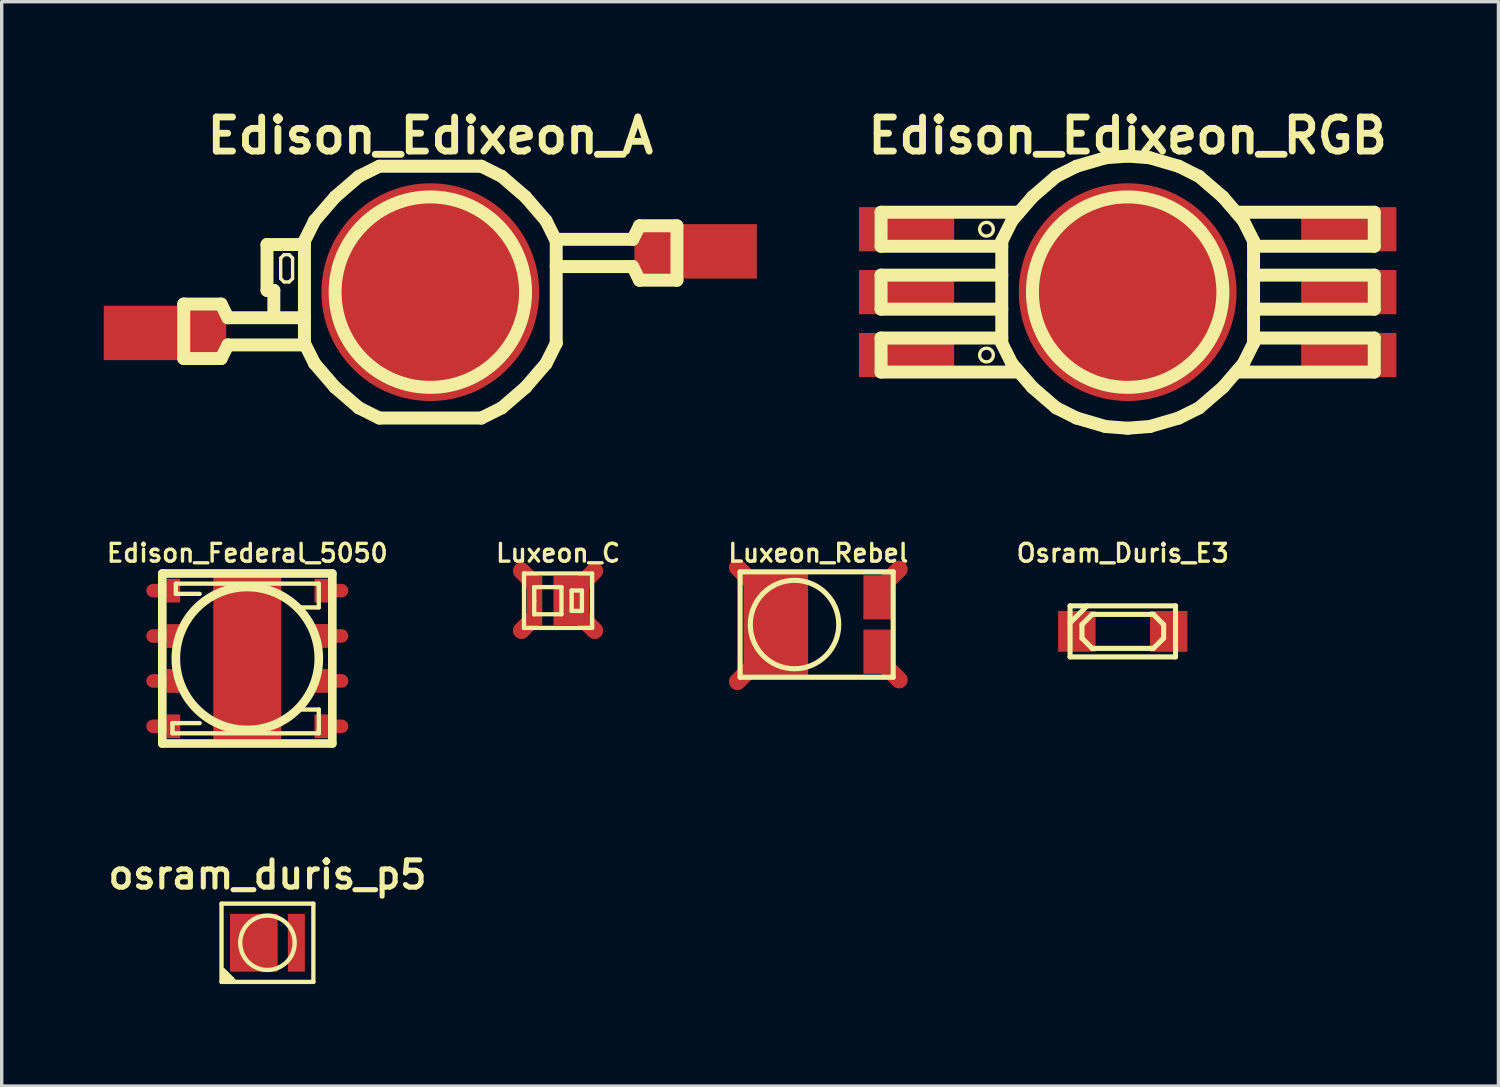
<source format=kicad_pcb>
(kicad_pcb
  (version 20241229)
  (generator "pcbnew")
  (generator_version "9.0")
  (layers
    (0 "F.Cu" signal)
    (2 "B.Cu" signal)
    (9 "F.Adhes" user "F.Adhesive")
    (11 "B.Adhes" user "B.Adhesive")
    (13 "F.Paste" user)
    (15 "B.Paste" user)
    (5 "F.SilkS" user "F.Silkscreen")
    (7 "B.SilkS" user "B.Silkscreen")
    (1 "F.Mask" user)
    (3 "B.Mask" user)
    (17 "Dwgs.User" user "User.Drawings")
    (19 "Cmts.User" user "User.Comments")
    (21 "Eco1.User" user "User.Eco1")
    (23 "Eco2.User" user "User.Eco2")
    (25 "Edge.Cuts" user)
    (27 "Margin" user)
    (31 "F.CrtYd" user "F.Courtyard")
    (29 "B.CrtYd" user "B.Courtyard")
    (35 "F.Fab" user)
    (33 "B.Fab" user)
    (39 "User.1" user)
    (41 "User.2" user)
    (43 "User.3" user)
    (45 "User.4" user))
  (footprint "Luxeon_Rebel"
    (layer "F.Cu")
    (at 20.306 15.309)
    (property "Reference" "Luxeon_Rebel" (at 0.701 -2.101 0) (layer "F.SilkS") (effects (font (size 0.523 0.523) (thickness 0.099))))
    (attr through_hole)
    (fp_line (start -1.6 -1.549) (end -1.6 1.549) (stroke (width 0.15) (type solid)) (layer "F.SilkS"))
    (fp_line (start -1.6 1.549) (end 2.901 1.549) (stroke (width 0.15) (type solid)) (layer "F.SilkS"))
    (fp_line (start 2.901 -1.549) (end -1.6 -1.549) (stroke (width 0.15) (type solid)) (layer "F.SilkS"))
    (fp_line (start 2.901 1.549) (end 2.901 -1.549) (stroke (width 0.15) (type solid)) (layer "F.SilkS"))
    (fp_circle (center 0 0) (end 0 -1.3) (stroke (width 0.15) (type solid)) (fill no) (layer "F.SilkS"))
    (pad "1" smd rect (at 2.474 -0.8) (size 0.899 1.3) (layers "F.Cu" "F.Mask" "F.Paste"))
    (pad "1" smd oval (at 2.901 -1.45 315) (size 0.5 1.001) (layers "F.Cu" "F.Mask"))
    (pad "2" smd rect (at 2.474 0.8) (size 0.899 1.3) (layers "F.Cu" "F.Mask" "F.Paste"))
    (pad "2" smd oval (at 2.901 1.45 45) (size 0.5 1.001) (layers "F.Cu" "F.Mask"))
    (pad "3" smd oval (at -1.501 -1.501 45) (size 0.5 1.001) (layers "F.Cu" "F.Mask"))
    (pad "3" smd oval (at -1.501 1.501 315) (size 0.5 1.001) (layers "F.Cu" "F.Mask"))
    (pad "3" smd rect (at -0.551 0) (size 1.9 3) (layers "F.Cu" "F.Mask" "F.Paste")))
  (footprint "Edison_Edixeon_A"
    (layer "F.Cu")
    (at 9.6 5.538)
    (property "Reference" "Edison_Edixeon_A" (at 0 -4.6 0) (layer "F.SilkS") (effects (font (size 1.001 1.001) (thickness 0.201))))
    (attr through_hole)
    (fp_line (start -7.249 0.351) (end -6.149 0.351) (stroke (width 0.381) (type solid)) (layer "F.SilkS"))
    (fp_line (start -7.249 1.948) (end -7.249 0.348) (stroke (width 0.381) (type solid)) (layer "F.SilkS"))
    (fp_line (start -7.249 1.951) (end -6.149 1.951) (stroke (width 0.381) (type solid)) (layer "F.SilkS"))
    (fp_line (start -5.951 0.752) (end -6.149 0.351) (stroke (width 0.381) (type solid)) (layer "F.SilkS"))
    (fp_line (start -5.951 0.752) (end -3.701 0.752) (stroke (width 0.381) (type solid)) (layer "F.SilkS"))
    (fp_line (start -5.951 1.552) (end -6.149 1.951) (stroke (width 0.381) (type solid)) (layer "F.SilkS"))
    (fp_line (start -5.951 1.552) (end -3.701 1.552) (stroke (width 0.381) (type solid)) (layer "F.SilkS"))
    (fp_line (start -4.801 -1.4) (end -4.801 -0.051) (stroke (width 0.381) (type solid)) (layer "F.SilkS"))
    (fp_line (start -4.801 -0.051) (end -4.6 -0.051) (stroke (width 0.381) (type solid)) (layer "F.SilkS"))
    (fp_line (start -4.6 -0.051) (end -4.6 0.701) (stroke (width 0.381) (type solid)) (layer "F.SilkS"))
    (fp_line (start -4.399 -1.001) (end -4.399 -0.399) (stroke (width 0.099) (type solid)) (layer "F.SilkS"))
    (fp_line (start -4.399 -0.399) (end -4.3 -0.3) (stroke (width 0.099) (type solid)) (layer "F.SilkS"))
    (fp_line (start -4.3 -1.1) (end -4.399 -1.001) (stroke (width 0.099) (type solid)) (layer "F.SilkS"))
    (fp_line (start -4.3 -0.3) (end -4.15 -0.3) (stroke (width 0.099) (type solid)) (layer "F.SilkS"))
    (fp_line (start -4.15 -1.1) (end -4.3 -1.1) (stroke (width 0.099) (type solid)) (layer "F.SilkS"))
    (fp_line (start -4.15 -0.3) (end -4.049 -0.399) (stroke (width 0.099) (type solid)) (layer "F.SilkS"))
    (fp_line (start -4.049 -1.001) (end -4.15 -1.1) (stroke (width 0.099) (type solid)) (layer "F.SilkS"))
    (fp_line (start -4.049 -0.399) (end -4.049 -1.001) (stroke (width 0.099) (type solid)) (layer "F.SilkS"))
    (fp_line (start -3.701 -1.501) (end -3.401 -2.101) (stroke (width 0.381) (type solid)) (layer "F.SilkS"))
    (fp_line (start -3.701 -1.4) (end -4.801 -1.4) (stroke (width 0.381) (type solid)) (layer "F.SilkS"))
    (fp_line (start -3.701 1.501) (end -3.701 -1.501) (stroke (width 0.381) (type solid)) (layer "F.SilkS"))
    (fp_line (start -3.701 1.501) (end -3.401 2.101) (stroke (width 0.381) (type solid)) (layer "F.SilkS"))
    (fp_line (start -3.401 -2.101) (end -2.799 -2.799) (stroke (width 0.381) (type solid)) (layer "F.SilkS"))
    (fp_line (start -2.799 -2.799) (end -2.101 -3.401) (stroke (width 0.381) (type solid)) (layer "F.SilkS"))
    (fp_line (start -2.799 2.799) (end -3.401 2.101) (stroke (width 0.381) (type solid)) (layer "F.SilkS"))
    (fp_line (start -2.101 -3.401) (end -1.501 -3.701) (stroke (width 0.381) (type solid)) (layer "F.SilkS"))
    (fp_line (start -2.101 3.401) (end -2.799 2.799) (stroke (width 0.381) (type solid)) (layer "F.SilkS"))
    (fp_line (start -1.501 -3.701) (end 1.501 -3.701) (stroke (width 0.381) (type solid)) (layer "F.SilkS"))
    (fp_line (start -1.501 3.701) (end -2.101 3.401) (stroke (width 0.381) (type solid)) (layer "F.SilkS"))
    (fp_line (start 1.501 -3.701) (end 2.101 -3.401) (stroke (width 0.381) (type solid)) (layer "F.SilkS"))
    (fp_line (start 1.501 3.701) (end -1.501 3.701) (stroke (width 0.381) (type solid)) (layer "F.SilkS"))
    (fp_line (start 1.501 3.701) (end 2.101 3.401) (stroke (width 0.381) (type solid)) (layer "F.SilkS"))
    (fp_line (start 2.101 -3.401) (end 2.799 -2.799) (stroke (width 0.381) (type solid)) (layer "F.SilkS"))
    (fp_line (start 2.799 -2.799) (end 3.401 -2.101) (stroke (width 0.381) (type solid)) (layer "F.SilkS"))
    (fp_line (start 2.799 2.799) (end 2.101 3.401) (stroke (width 0.381) (type solid)) (layer "F.SilkS"))
    (fp_line (start 3.401 2.101) (end 2.799 2.799) (stroke (width 0.381) (type solid)) (layer "F.SilkS"))
    (fp_line (start 3.701 -1.552) (end 5.951 -1.552) (stroke (width 0.381) (type solid)) (layer "F.SilkS"))
    (fp_line (start 3.701 -1.501) (end 3.401 -2.101) (stroke (width 0.381) (type solid)) (layer "F.SilkS"))
    (fp_line (start 3.701 -1.501) (end 3.701 1.501) (stroke (width 0.381) (type solid)) (layer "F.SilkS"))
    (fp_line (start 3.701 1.501) (end 3.401 2.101) (stroke (width 0.381) (type solid)) (layer "F.SilkS"))
    (fp_line (start 5.951 -0.752) (end 3.701 -0.752) (stroke (width 0.381) (type solid)) (layer "F.SilkS"))
    (fp_line (start 5.951 -0.749) (end 6.149 -0.348) (stroke (width 0.381) (type solid)) (layer "F.SilkS"))
    (fp_line (start 6.149 -1.951) (end 5.951 -1.552) (stroke (width 0.381) (type solid)) (layer "F.SilkS"))
    (fp_line (start 6.149 -0.351) (end 7.249 -0.351) (stroke (width 0.381) (type solid)) (layer "F.SilkS"))
    (fp_line (start 7.249 -1.951) (end 6.149 -1.951) (stroke (width 0.381) (type solid)) (layer "F.SilkS"))
    (fp_line (start 7.249 -0.348) (end 7.249 -1.948) (stroke (width 0.381) (type solid)) (layer "F.SilkS"))
    (fp_circle (center 0 0) (end -2.799 0) (stroke (width 0.381) (type solid)) (fill no) (layer "F.SilkS"))
    (pad "1" smd rect (at -7.8 1.199) (size 3.599 1.6) (layers "F.Cu" "F.Mask" "F.Paste"))
    (pad "2" smd rect (at 7.8 -1.199) (size 3.599 1.6) (layers "F.Cu" "F.Mask" "F.Paste"))
    (pad "3" smd circle (at 0 0) (size 6.401 6.401) (layers "F.Cu" "F.Mask" "F.Paste")))
  (footprint "Osram_Duris_E3"
    (layer "F.Cu")
    (at 29.956 15.51)
    (property "Reference" "Osram_Duris_E3" (at 0 -2.301 0) (layer "F.SilkS") (effects (font (size 0.523 0.523) (thickness 0.099))))
    (attr through_hole)
    (fp_line (start -1.55 -0.75) (end -1.55 0.75) (stroke (width 0.15) (type solid)) (layer "F.SilkS"))
    (fp_line (start -1.55 -0.25) (end -1.05 -0.75) (stroke (width 0.15) (type solid)) (layer "F.SilkS"))
    (fp_line (start -1.55 0.75) (end 1.55 0.75) (stroke (width 0.15) (type solid)) (layer "F.SilkS"))
    (fp_line (start -1.2 -0.2) (end -0.9 -0.5) (stroke (width 0.15) (type solid)) (layer "F.SilkS"))
    (fp_line (start -1.2 0.2) (end -1.2 -0.2) (stroke (width 0.15) (type solid)) (layer "F.SilkS"))
    (fp_line (start -0.9 -0.5) (end 0.9 -0.5) (stroke (width 0.15) (type solid)) (layer "F.SilkS"))
    (fp_line (start -0.9 0.5) (end -1.2 0.2) (stroke (width 0.15) (type solid)) (layer "F.SilkS"))
    (fp_line (start 0.9 -0.5) (end 1.2 -0.2) (stroke (width 0.15) (type solid)) (layer "F.SilkS"))
    (fp_line (start 0.9 0.5) (end -0.9 0.5) (stroke (width 0.15) (type solid)) (layer "F.SilkS"))
    (fp_line (start 1.2 -0.2) (end 1.2 0.2) (stroke (width 0.15) (type solid)) (layer "F.SilkS"))
    (fp_line (start 1.2 0.2) (end 0.9 0.5) (stroke (width 0.15) (type solid)) (layer "F.SilkS"))
    (fp_line (start 1.55 -0.75) (end -1.55 -0.75) (stroke (width 0.15) (type solid)) (layer "F.SilkS"))
    (fp_line (start 1.55 0.75) (end 1.55 -0.75) (stroke (width 0.15) (type solid)) (layer "F.SilkS"))
    (pad "1" smd rect (at 1.35 0) (size 1.1 1.2) (layers "F.Cu" "F.Mask" "F.Paste"))
    (pad "2" smd rect (at -1.35 0) (size 1.1 1.2) (layers "F.Cu" "F.Mask" "F.Paste")))
  (footprint "Edison_Edixeon_RGB"
    (layer "F.Cu")
    (at 30.099 5.538)
    (property "Reference" "Edison_Edixeon_RGB" (at 0 -4.6 0) (layer "F.SilkS") (effects (font (size 1.001 1.001) (thickness 0.201))))
    (attr through_hole)
    (fp_line (start -7.249 -2.349) (end -3.2 -2.349) (stroke (width 0.381) (type solid)) (layer "F.SilkS"))
    (fp_line (start -7.249 -1.349) (end -7.249 -2.349) (stroke (width 0.381) (type solid)) (layer "F.SilkS"))
    (fp_line (start -7.249 -0.5) (end -3.701 -0.5) (stroke (width 0.381) (type solid)) (layer "F.SilkS"))
    (fp_line (start -7.249 0.5) (end -7.249 -0.5) (stroke (width 0.381) (type solid)) (layer "F.SilkS"))
    (fp_line (start -7.249 1.349) (end -7.249 2.349) (stroke (width 0.381) (type solid)) (layer "F.SilkS"))
    (fp_line (start -7.249 2.349) (end -3.2 2.349) (stroke (width 0.381) (type solid)) (layer "F.SilkS"))
    (fp_line (start -3.701 -1.501) (end -3.401 -2.101) (stroke (width 0.381) (type solid)) (layer "F.SilkS"))
    (fp_line (start -3.701 -1.349) (end -7.249 -1.349) (stroke (width 0.381) (type solid)) (layer "F.SilkS"))
    (fp_line (start -3.701 0.5) (end -7.249 0.5) (stroke (width 0.381) (type solid)) (layer "F.SilkS"))
    (fp_line (start -3.701 1.349) (end -7.249 1.349) (stroke (width 0.381) (type solid)) (layer "F.SilkS"))
    (fp_line (start -3.701 1.501) (end -3.701 -1.501) (stroke (width 0.381) (type solid)) (layer "F.SilkS"))
    (fp_line (start -3.701 1.501) (end -3.401 2.101) (stroke (width 0.381) (type solid)) (layer "F.SilkS"))
    (fp_line (start -3.401 -2.101) (end -2.799 -2.799) (stroke (width 0.381) (type solid)) (layer "F.SilkS"))
    (fp_line (start -2.799 -2.799) (end -2.101 -3.401) (stroke (width 0.381) (type solid)) (layer "F.SilkS"))
    (fp_line (start -2.799 2.799) (end -3.401 2.101) (stroke (width 0.381) (type solid)) (layer "F.SilkS"))
    (fp_line (start -2.101 -3.401) (end -1.501 -3.701) (stroke (width 0.381) (type solid)) (layer "F.SilkS"))
    (fp_line (start -2.101 3.401) (end -2.799 2.799) (stroke (width 0.381) (type solid)) (layer "F.SilkS"))
    (fp_line (start -1.501 3.701) (end -2.101 3.401) (stroke (width 0.381) (type solid)) (layer "F.SilkS"))
    (fp_line (start -1.501 3.701) (end -0.65 3.95) (stroke (width 0.381) (type solid)) (layer "F.SilkS"))
    (fp_line (start -0.65 -3.95) (end -1.501 -3.701) (stroke (width 0.381) (type solid)) (layer "F.SilkS"))
    (fp_line (start -0.65 -3.95) (end 0 -4) (stroke (width 0.381) (type solid)) (layer "F.SilkS"))
    (fp_line (start -0.65 3.95) (end 0 4) (stroke (width 0.381) (type solid)) (layer "F.SilkS"))
    (fp_line (start 0 -4) (end 0.65 -3.95) (stroke (width 0.381) (type solid)) (layer "F.SilkS"))
    (fp_line (start 0.65 -3.95) (end 1.501 -3.701) (stroke (width 0.381) (type solid)) (layer "F.SilkS"))
    (fp_line (start 0.65 3.95) (end 0 4) (stroke (width 0.381) (type solid)) (layer "F.SilkS"))
    (fp_line (start 0.65 3.95) (end 1.501 3.701) (stroke (width 0.381) (type solid)) (layer "F.SilkS"))
    (fp_line (start 1.501 -3.701) (end 2.101 -3.401) (stroke (width 0.381) (type solid)) (layer "F.SilkS"))
    (fp_line (start 1.501 3.701) (end 2.101 3.401) (stroke (width 0.381) (type solid)) (layer "F.SilkS"))
    (fp_line (start 2.101 -3.401) (end 2.799 -2.799) (stroke (width 0.381) (type solid)) (layer "F.SilkS"))
    (fp_line (start 2.799 -2.799) (end 3.401 -2.101) (stroke (width 0.381) (type solid)) (layer "F.SilkS"))
    (fp_line (start 2.799 2.799) (end 2.101 3.401) (stroke (width 0.381) (type solid)) (layer "F.SilkS"))
    (fp_line (start 3.2 -2.349) (end 7.249 -2.349) (stroke (width 0.381) (type solid)) (layer "F.SilkS"))
    (fp_line (start 3.401 2.101) (end 2.799 2.799) (stroke (width 0.381) (type solid)) (layer "F.SilkS"))
    (fp_line (start 3.701 -1.501) (end 3.401 -2.101) (stroke (width 0.381) (type solid)) (layer "F.SilkS"))
    (fp_line (start 3.701 -1.501) (end 3.701 1.501) (stroke (width 0.381) (type solid)) (layer "F.SilkS"))
    (fp_line (start 3.701 -0.5) (end 7.249 -0.5) (stroke (width 0.381) (type solid)) (layer "F.SilkS"))
    (fp_line (start 3.701 1.349) (end 7.249 1.349) (stroke (width 0.381) (type solid)) (layer "F.SilkS"))
    (fp_line (start 3.701 1.501) (end 3.401 2.101) (stroke (width 0.381) (type solid)) (layer "F.SilkS"))
    (fp_line (start 7.249 -2.349) (end 7.249 -1.349) (stroke (width 0.381) (type solid)) (layer "F.SilkS"))
    (fp_line (start 7.249 -1.349) (end 3.701 -1.349) (stroke (width 0.381) (type solid)) (layer "F.SilkS"))
    (fp_line (start 7.249 -0.5) (end 7.249 0.5) (stroke (width 0.381) (type solid)) (layer "F.SilkS"))
    (fp_line (start 7.249 0.5) (end 3.701 0.5) (stroke (width 0.381) (type solid)) (layer "F.SilkS"))
    (fp_line (start 7.249 1.349) (end 7.249 2.349) (stroke (width 0.381) (type solid)) (layer "F.SilkS"))
    (fp_line (start 7.249 2.349) (end 3.2 2.349) (stroke (width 0.381) (type solid)) (layer "F.SilkS"))
    (fp_circle (center -4.15 -1.849) (end -4.351 -1.849) (stroke (width 0.099) (type solid)) (fill no) (layer "F.SilkS"))
    (fp_circle (center -4.15 1.849) (end -4.351 1.849) (stroke (width 0.099) (type solid)) (fill no) (layer "F.SilkS"))
    (fp_circle (center 0 0) (end -2.799 0) (stroke (width 0.381) (type solid)) (fill no) (layer "F.SilkS"))
    (pad "1" smd rect (at -6.5 -1.849) (size 2.799 1.3) (layers "F.Cu" "F.Mask" "F.Paste"))
    (pad "2" smd rect (at -6.5 1.849) (size 2.799 1.3) (layers "F.Cu" "F.Mask" "F.Paste"))
    (pad "3" smd rect (at -6.5 0) (size 2.799 1.3) (layers "F.Cu" "F.Mask" "F.Paste"))
    (pad "4" smd rect (at 6.5 0) (size 2.799 1.3) (layers "F.Cu" "F.Mask" "F.Paste"))
    (pad "5" smd rect (at 6.5 1.849) (size 2.799 1.3) (layers "F.Cu" "F.Mask" "F.Paste"))
    (pad "6" smd rect (at 6.5 -1.849) (size 2.799 1.3) (layers "F.Cu" "F.Mask" "F.Paste"))
    (pad "7" smd circle (at 0 0) (size 6.401 6.401) (layers "F.Cu" "F.Mask" "F.Paste")))
  (footprint "osram_duris_p5"
    (layer "F.Cu")
    (at 4.812 24.664)
    (property "Reference" "osram_duris_p5" (at 0 -1.999 0) (layer "F.SilkS") (effects (font (size 0.8 0.8) (thickness 0.15))))
    (attr through_hole)
    (fp_line (start -1.35 -1.15) (end -1.35 1.15) (stroke (width 0.127) (type solid)) (layer "F.SilkS"))
    (fp_line (start -1.35 1.15) (end 1.35 1.15) (stroke (width 0.127) (type solid)) (layer "F.SilkS"))
    (fp_line (start -1.3 0.8) (end -1 1.1) (stroke (width 0.127) (type solid)) (layer "F.SilkS"))
    (fp_line (start -1.3 0.9) (end -1.1 1.1) (stroke (width 0.127) (type solid)) (layer "F.SilkS"))
    (fp_line (start -1.2 1.1) (end -1.3 1) (stroke (width 0.127) (type solid)) (layer "F.SilkS"))
    (fp_line (start 1.35 -1.15) (end -1.35 -1.15) (stroke (width 0.127) (type solid)) (layer "F.SilkS"))
    (fp_line (start 1.35 1.15) (end 1.35 -1.15) (stroke (width 0.127) (type solid)) (layer "F.SilkS"))
    (fp_circle (center 0 0) (end 0.8 0) (stroke (width 0.127) (type solid)) (fill no) (layer "F.SilkS"))
    (pad "" smd rect (at -0.8 0) (size 0.45 1.5) (layers "F.Paste"))
    (pad "" smd rect (at -0.1 0) (size 0.6 1.5) (layers "F.Paste"))
    (pad "1" smd rect (at -0.4 0) (size 1.4 1.7) (layers "F.Cu" "F.Mask"))
    (pad "2" smd rect (at 0.85 0) (size 0.5 1.7) (layers "F.Cu" "F.Mask" "F.Paste")))
  (footprint "Edison_Federal_5050"
    (layer "F.Cu")
    (at 4.22 16.307)
    (property "Reference" "Edison_Federal_5050" (at 0 -3.099 0) (layer "F.SilkS") (effects (font (size 0.523 0.523) (thickness 0.099))))
    (attr smd)
    (fp_line (start -2.499 -2.499) (end -2.499 2.499) (stroke (width 0.254) (type solid)) (layer "F.SilkS"))
    (fp_line (start -2.499 2.499) (end 2.499 2.499) (stroke (width 0.254) (type solid)) (layer "F.SilkS"))
    (fp_line (start -2.2 1.9) (end -1.4 1.9) (stroke (width 0.127) (type solid)) (layer "F.SilkS"))
    (fp_line (start -2.2 2.2) (end -2.2 1.9) (stroke (width 0.127) (type solid)) (layer "F.SilkS"))
    (fp_line (start -2.101 -2.2) (end 2.101 -2.2) (stroke (width 0.127) (type solid)) (layer "F.SilkS"))
    (fp_line (start -2.101 -1.9) (end -2.101 -2.2) (stroke (width 0.127) (type solid)) (layer "F.SilkS"))
    (fp_line (start -1.4 -1.9) (end -2.101 -1.9) (stroke (width 0.127) (type solid)) (layer "F.SilkS"))
    (fp_line (start 1.501 1.501) (end 2.101 1.501) (stroke (width 0.127) (type solid)) (layer "F.SilkS"))
    (fp_line (start 2.101 -2.2) (end 2.101 -1.501) (stroke (width 0.127) (type solid)) (layer "F.SilkS"))
    (fp_line (start 2.101 -1.501) (end 1.4 -1.501) (stroke (width 0.127) (type solid)) (layer "F.SilkS"))
    (fp_line (start 2.101 1.501) (end 2.101 2.101) (stroke (width 0.127) (type solid)) (layer "F.SilkS"))
    (fp_line (start 2.101 2.101) (end 2.101 2.2) (stroke (width 0.127) (type solid)) (layer "F.SilkS"))
    (fp_line (start 2.101 2.2) (end -2.2 2.2) (stroke (width 0.127) (type solid)) (layer "F.SilkS"))
    (fp_line (start 2.499 -2.499) (end -2.499 -2.499) (stroke (width 0.254) (type solid)) (layer "F.SilkS"))
    (fp_line (start 2.499 2.499) (end 2.499 -2.499) (stroke (width 0.254) (type solid)) (layer "F.SilkS"))
    (fp_circle (center 0 0) (end -2.101 0) (stroke (width 0.254) (type solid)) (fill no) (layer "F.SilkS"))
    (pad "1" smd rect (at 2.172 -1.994) (size 0.399 0.699) (layers "F.Cu" "F.Mask" "F.Paste"))
    (pad "1" smd oval (at 2.57 -1.994) (size 0.798 0.399) (layers "F.Cu" "F.Mask"))
    (pad "2" smd rect (at 2.172 -0.663) (size 0.399 0.699) (layers "F.Cu" "F.Mask" "F.Paste"))
    (pad "2" smd oval (at 2.57 -0.663) (size 0.798 0.399) (layers "F.Cu" "F.Mask"))
    (pad "3" smd rect (at 2.172 0.66) (size 0.399 0.699) (layers "F.Cu" "F.Mask" "F.Paste"))
    (pad "3" smd oval (at 2.57 0.66) (size 0.798 0.399) (layers "F.Cu" "F.Mask"))
    (pad "4" smd rect (at 2.172 1.994) (size 0.399 0.699) (layers "F.Cu" "F.Mask" "F.Paste"))
    (pad "4" smd oval (at 2.57 1.994) (size 0.798 0.399) (layers "F.Cu" "F.Mask"))
    (pad "5" smd oval (at -2.57 -1.994) (size 0.798 0.399) (layers "F.Cu" "F.Mask"))
    (pad "5" smd rect (at -2.172 -1.994) (size 0.399 0.699) (layers "F.Cu" "F.Mask" "F.Paste"))
    (pad "6" smd oval (at -2.57 -0.66) (size 0.798 0.399) (layers "F.Cu" "F.Mask"))
    (pad "6" smd rect (at -2.172 -0.66) (size 0.399 0.699) (layers "F.Cu" "F.Mask" "F.Paste"))
    (pad "7" smd oval (at -2.57 0.66) (size 0.798 0.399) (layers "F.Cu" "F.Mask"))
    (pad "7" smd rect (at -2.172 0.66) (size 0.399 0.699) (layers "F.Cu" "F.Mask" "F.Paste"))
    (pad "8" smd oval (at -2.57 1.994) (size 0.798 0.399) (layers "F.Cu" "F.Mask"))
    (pad "8" smd rect (at -2.172 1.994) (size 0.399 0.699) (layers "F.Cu" "F.Mask" "F.Paste"))
    (pad "9" smd rect (at 0 0) (size 1.999 4.996) (layers "F.Cu" "F.Mask" "F.Paste")))
  (footprint "Luxeon_C"
    (layer "F.Cu")
    (at 13.355 14.608)
    (property "Reference" "Luxeon_C" (at 0 -1.4 0) (layer "F.SilkS") (effects (font (size 0.523 0.523) (thickness 0.099))))
    (attr through_hole)
    (fp_line (start -1.001 -0.8) (end 1.001 -0.8) (stroke (width 0.127) (type solid)) (layer "F.SilkS"))
    (fp_line (start -1.001 0.8) (end -1.001 -0.8) (stroke (width 0.127) (type solid)) (layer "F.SilkS"))
    (fp_line (start -0.701 -0.399) (end 0.099 -0.399) (stroke (width 0.127) (type solid)) (layer "F.SilkS"))
    (fp_line (start -0.701 0) (end -0.701 -0.399) (stroke (width 0.127) (type solid)) (layer "F.SilkS"))
    (fp_line (start -0.701 0.399) (end -0.701 0) (stroke (width 0.127) (type solid)) (layer "F.SilkS"))
    (fp_line (start 0.099 -0.399) (end 0.099 0.399) (stroke (width 0.127) (type solid)) (layer "F.SilkS"))
    (fp_line (start 0.099 0.399) (end -0.701 0.399) (stroke (width 0.127) (type solid)) (layer "F.SilkS"))
    (fp_line (start 0.399 -0.3) (end 0.701 -0.3) (stroke (width 0.127) (type solid)) (layer "F.SilkS"))
    (fp_line (start 0.399 0.3) (end 0.399 -0.3) (stroke (width 0.127) (type solid)) (layer "F.SilkS"))
    (fp_line (start 0.701 -0.3) (end 0.701 0.3) (stroke (width 0.127) (type solid)) (layer "F.SilkS"))
    (fp_line (start 0.701 0.3) (end 0.399 0.3) (stroke (width 0.127) (type solid)) (layer "F.SilkS"))
    (fp_line (start 1.001 -0.8) (end 1.001 0.8) (stroke (width 0.127) (type solid)) (layer "F.SilkS"))
    (fp_line (start 1.001 0.8) (end -1.001 0.8) (stroke (width 0.127) (type solid)) (layer "F.SilkS"))
    (pad "1" smd rect (at 0.394 0) (size 1.059 1.448) (layers "F.Cu" "F.Mask" "F.Paste"))
    (pad "1" smd oval (at 0.899 -0.699 315) (size 0.5 1.001) (layers "F.Cu" "F.Mask"))
    (pad "1" smd oval (at 0.899 0.699 45) (size 0.5 1.001) (layers "F.Cu" "F.Mask"))
    (pad "2" smd oval (at -0.899 -0.699 45) (size 0.5 1.001) (layers "F.Cu" "F.Mask"))
    (pad "2" smd oval (at -0.899 0.699 315) (size 0.5 1.001) (layers "F.Cu" "F.Mask"))
    (pad "2" smd rect (at -0.693 0) (size 0.457 1.448) (layers "F.Cu" "F.Mask" "F.Paste")))
  (gr_rect
    (start -3 -3)
    (end 40.999 28.877)
    (stroke (width 0.1) (type default))
    (fill no)
    (layer "Edge.Cuts")))
</source>
